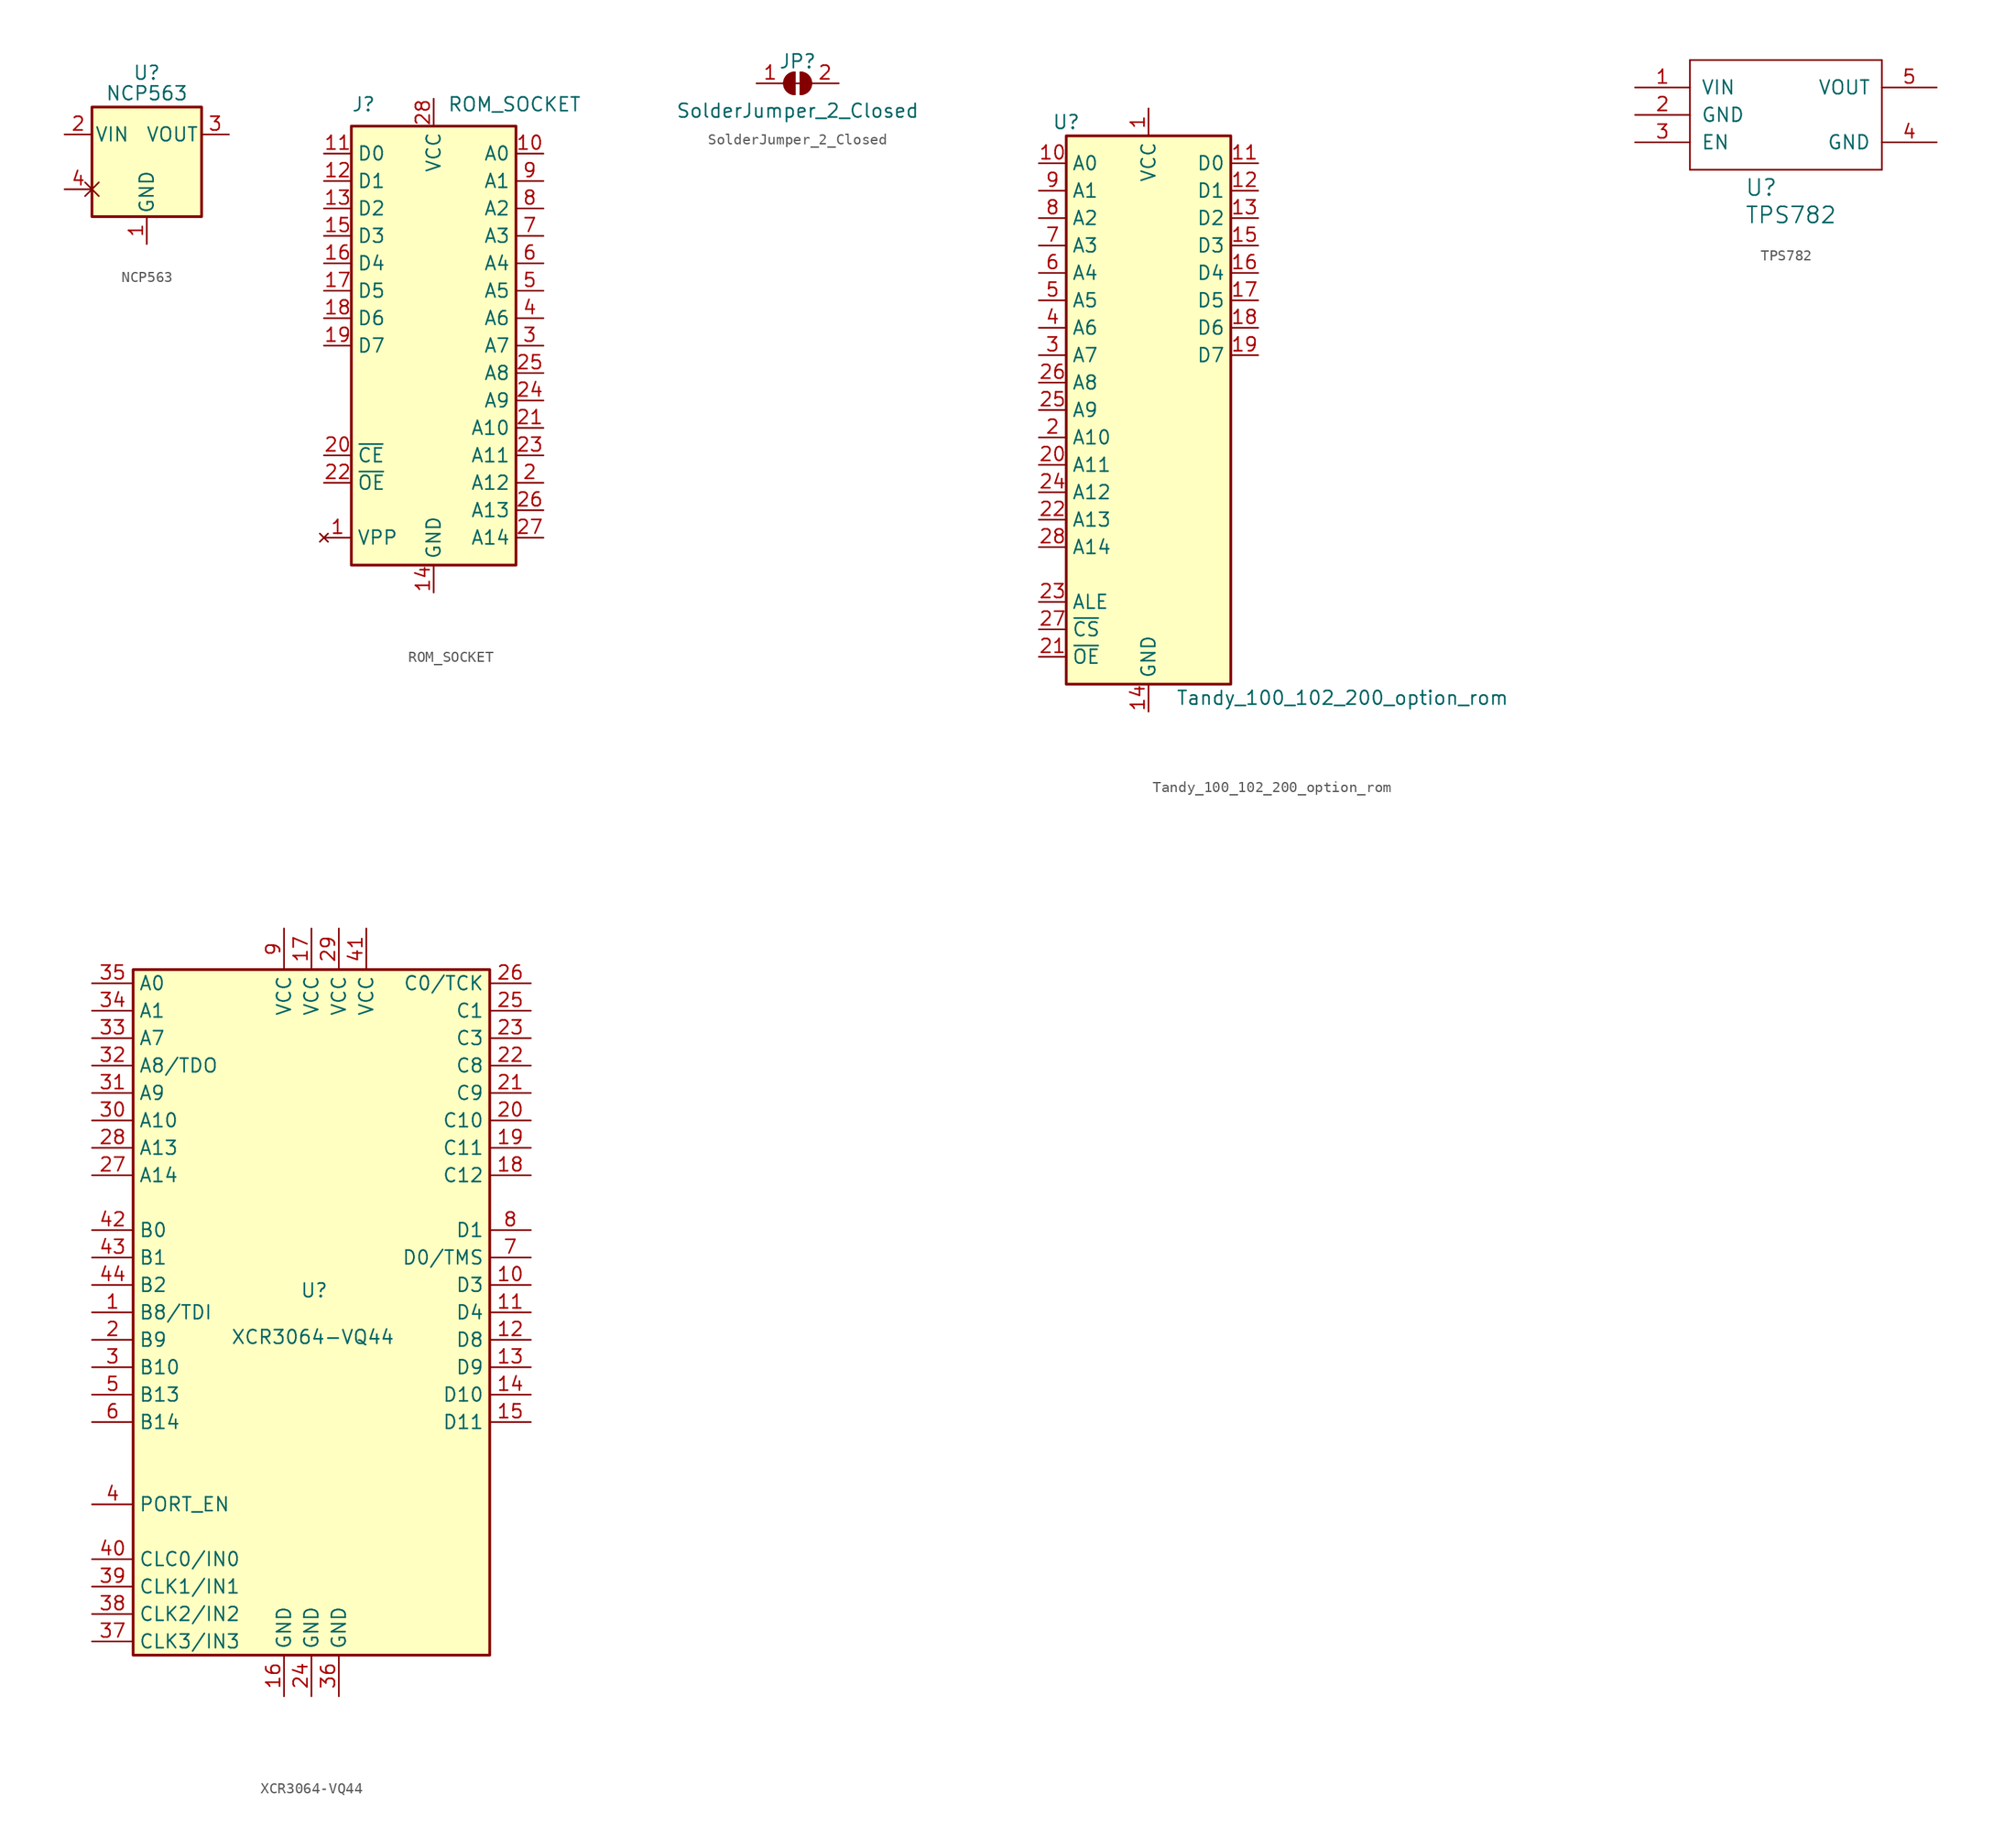
<source format=kicad_sym>
(kicad_symbol_lib
  (version 20220914)
  (generator kicad_symbol_editor)
  (symbol "NCP563"
    (pin_names
      (offset 0.254))
    (property "Reference" "U"
      (at 0 8.255 0)
      (effects (font (size 1.27 1.27))))
    (property "Value" "NCP563"
      (at 0 6.35 0)
      (effects (font (size 1.27 1.27))))
    (symbol "NCP563_0_1"
      (rectangle (start -5.08 5.08) (end 5.08 -5.08) (stroke (width 0.254) (type default)) (fill (type background))))
    (symbol "NCP563_1_1"
      (pin power_in line (at 0 -7.62 90) (length 2.54) (name "GND" (effects (font (size 1.27 1.27)))) (number "1" (effects (font (size 1.27 1.27)))))
      (pin power_in line (at -7.62 2.54 0) (length 2.54) (name "VIN" (effects (font (size 1.27 1.27)))) (number "2" (effects (font (size 1.27 1.27)))))
      (pin power_out line (at 7.62 2.54 180) (length 2.54) (name "VOUT" (effects (font (size 1.27 1.27)))) (number "3" (effects (font (size 1.27 1.27)))))
      (pin passive non_logic (at -7.62 -2.54 0) (length 2.54) (name "" (effects (font (size 1.27 1.27)))) (number "4" (effects (font (size 1.27 1.27)))))))
  (symbol "ROM_SOCKET"
    (property "Reference" "J"
      (at -7.62 21.59 0)
      (effects (font (size 1.27 1.27)) (justify left bottom)))
    (property "Value" "ROM_SOCKET"
      (at 1.27 21.59 0)
      (effects (font (size 1.27 1.27)) (justify left bottom)))
    (symbol "ROM_SOCKET_1_1"
      (rectangle (start -7.62 -20.32) (end 7.62 20.32) (stroke (width 0.254) (type default)) (fill (type background)))
      (pin no_connect line (at -10.16 -17.78 0) (length 2.54) (name "VPP" (effects (font (size 1.27 1.27)))) (number "1" (effects (font (size 1.27 1.27)))))
      (pin output line (at 10.16 17.78 180) (length 2.54) (name "A0" (effects (font (size 1.27 1.27)))) (number "10" (effects (font (size 1.27 1.27)))))
      (pin bidirectional line (at -10.16 17.78 0) (length 2.54) (name "D0" (effects (font (size 1.27 1.27)))) (number "11" (effects (font (size 1.27 1.27)))))
      (pin bidirectional line (at -10.16 15.24 0) (length 2.54) (name "D1" (effects (font (size 1.27 1.27)))) (number "12" (effects (font (size 1.27 1.27)))))
      (pin bidirectional line (at -10.16 12.7 0) (length 2.54) (name "D2" (effects (font (size 1.27 1.27)))) (number "13" (effects (font (size 1.27 1.27)))))
      (pin power_out line (at 0 -22.86 90) (length 2.54) (name "GND" (effects (font (size 1.27 1.27)))) (number "14" (effects (font (size 1.27 1.27)))))
      (pin bidirectional line (at -10.16 10.16 0) (length 2.54) (name "D3" (effects (font (size 1.27 1.27)))) (number "15" (effects (font (size 1.27 1.27)))))
      (pin bidirectional line (at -10.16 7.62 0) (length 2.54) (name "D4" (effects (font (size 1.27 1.27)))) (number "16" (effects (font (size 1.27 1.27)))))
      (pin bidirectional line (at -10.16 5.08 0) (length 2.54) (name "D5" (effects (font (size 1.27 1.27)))) (number "17" (effects (font (size 1.27 1.27)))))
      (pin bidirectional line (at -10.16 2.54 0) (length 2.54) (name "D6" (effects (font (size 1.27 1.27)))) (number "18" (effects (font (size 1.27 1.27)))))
      (pin bidirectional line (at -10.16 0 0) (length 2.54) (name "D7" (effects (font (size 1.27 1.27)))) (number "19" (effects (font (size 1.27 1.27)))))
      (pin output line (at 10.16 -12.7 180) (length 2.54) (name "A12" (effects (font (size 1.27 1.27)))) (number "2" (effects (font (size 1.27 1.27)))))
      (pin output line (at -10.16 -10.16 0) (length 2.54) (name "~{CE}" (effects (font (size 1.27 1.27)))) (number "20" (effects (font (size 1.27 1.27)))))
      (pin output line (at 10.16 -7.62 180) (length 2.54) (name "A10" (effects (font (size 1.27 1.27)))) (number "21" (effects (font (size 1.27 1.27)))))
      (pin output line (at -10.16 -12.7 0) (length 2.54) (name "~{OE}" (effects (font (size 1.27 1.27)))) (number "22" (effects (font (size 1.27 1.27)))))
      (pin output line (at 10.16 -10.16 180) (length 2.54) (name "A11" (effects (font (size 1.27 1.27)))) (number "23" (effects (font (size 1.27 1.27)))))
      (pin output line (at 10.16 -5.08 180) (length 2.54) (name "A9" (effects (font (size 1.27 1.27)))) (number "24" (effects (font (size 1.27 1.27)))))
      (pin output line (at 10.16 -2.54 180) (length 2.54) (name "A8" (effects (font (size 1.27 1.27)))) (number "25" (effects (font (size 1.27 1.27)))))
      (pin output line (at 10.16 -15.24 180) (length 2.54) (name "A13" (effects (font (size 1.27 1.27)))) (number "26" (effects (font (size 1.27 1.27)))))
      (pin output line (at 10.16 -17.78 180) (length 2.54) (name "A14" (effects (font (size 1.27 1.27)))) (number "27" (effects (font (size 1.27 1.27)))))
      (pin power_out line (at 0 22.86 270) (length 2.54) (name "VCC" (effects (font (size 1.27 1.27)))) (number "28" (effects (font (size 1.27 1.27)))))
      (pin output line (at 10.16 0 180) (length 2.54) (name "A7" (effects (font (size 1.27 1.27)))) (number "3" (effects (font (size 1.27 1.27)))))
      (pin output line (at 10.16 2.54 180) (length 2.54) (name "A6" (effects (font (size 1.27 1.27)))) (number "4" (effects (font (size 1.27 1.27)))))
      (pin output line (at 10.16 5.08 180) (length 2.54) (name "A5" (effects (font (size 1.27 1.27)))) (number "5" (effects (font (size 1.27 1.27)))))
      (pin output line (at 10.16 7.62 180) (length 2.54) (name "A4" (effects (font (size 1.27 1.27)))) (number "6" (effects (font (size 1.27 1.27)))))
      (pin output line (at 10.16 10.16 180) (length 2.54) (name "A3" (effects (font (size 1.27 1.27)))) (number "7" (effects (font (size 1.27 1.27)))))
      (pin output line (at 10.16 12.7 180) (length 2.54) (name "A2" (effects (font (size 1.27 1.27)))) (number "8" (effects (font (size 1.27 1.27)))))
      (pin output line (at 10.16 15.24 180) (length 2.54) (name "A1" (effects (font (size 1.27 1.27)))) (number "9" (effects (font (size 1.27 1.27)))))))
  (symbol "SolderJumper_2_Closed"
    (pin_names
      (offset 0) hide)
    (property "Reference" "JP"
      (at 0 2.032 0)
      (effects (font (size 1.27 1.27))))
    (property "Value" "SolderJumper_2_Closed"
      (at 0 -2.54 0)
      (effects (font (size 1.27 1.27))))
    (symbol "SolderJumper_2_Closed_0_1"
      (arc (start -0.254 1.016) (mid -1.2656 0) (end -0.254 -1.016) (stroke (width 0) (type default)) (fill (type none)))
      (arc (start -0.254 1.016) (mid -1.2656 0) (end -0.254 -1.016) (stroke (width 0) (type default)) (fill (type outline)))
      (polyline (pts (xy -0.254 0) (xy 0.254 0)) (stroke (width 0) (type default)) (fill (type none)))
      (polyline (pts (xy -0.254 1.016) (xy -0.254 -1.016)) (stroke (width 0) (type default)) (fill (type none)))
      (polyline (pts (xy 0.254 1.016) (xy 0.254 -1.016)) (stroke (width 0) (type default)) (fill (type none)))
      (arc (start 0.254 -1.016) (mid 1.2656 0) (end 0.254 1.016) (stroke (width 0) (type default)) (fill (type none)))
      (arc (start 0.254 -1.016) (mid 1.2656 0) (end 0.254 1.016) (stroke (width 0) (type default)) (fill (type outline))))
    (symbol "SolderJumper_2_Closed_1_1"
      (pin passive line (at -3.81 0 0) (length 2.54) (name "A" (effects (font (size 1.27 1.27)))) (number "1" (effects (font (size 1.27 1.27)))))
      (pin passive line (at 3.81 0 180) (length 2.54) (name "B" (effects (font (size 1.27 1.27)))) (number "2" (effects (font (size 1.27 1.27)))))))
  (symbol "Tandy_100_102_200_option_rom"
    (property "Reference" "U"
      (at -7.62 26.67 0)
      (effects (font (size 1.27 1.27))))
    (property "Value" "Tandy_100_102_200_option_rom"
      (at 2.54 -26.67 0)
      (effects (font (size 1.27 1.27)) (justify left)))
    (symbol "Tandy_100_102_200_option_rom_1_1"
      (rectangle (start -7.62 25.4) (end 7.62 -25.4) (stroke (width 0.254) (type default)) (fill (type background)))
      (pin power_in line (at 0 27.94 270) (length 2.54) (name "VCC" (effects (font (size 1.27 1.27)))) (number "1" (effects (font (size 1.27 1.27)))))
      (pin input line (at -10.16 22.86 0) (length 2.54) (name "A0" (effects (font (size 1.27 1.27)))) (number "10" (effects (font (size 1.27 1.27)))))
      (pin tri_state line (at 10.16 22.86 180) (length 2.54) (name "D0" (effects (font (size 1.27 1.27)))) (number "11" (effects (font (size 1.27 1.27)))))
      (pin tri_state line (at 10.16 20.32 180) (length 2.54) (name "D1" (effects (font (size 1.27 1.27)))) (number "12" (effects (font (size 1.27 1.27)))))
      (pin tri_state line (at 10.16 17.78 180) (length 2.54) (name "D2" (effects (font (size 1.27 1.27)))) (number "13" (effects (font (size 1.27 1.27)))))
      (pin power_in line (at 0 -27.94 90) (length 2.54) (name "GND" (effects (font (size 1.27 1.27)))) (number "14" (effects (font (size 1.27 1.27)))))
      (pin tri_state line (at 10.16 15.24 180) (length 2.54) (name "D3" (effects (font (size 1.27 1.27)))) (number "15" (effects (font (size 1.27 1.27)))))
      (pin tri_state line (at 10.16 12.7 180) (length 2.54) (name "D4" (effects (font (size 1.27 1.27)))) (number "16" (effects (font (size 1.27 1.27)))))
      (pin tri_state line (at 10.16 10.16 180) (length 2.54) (name "D5" (effects (font (size 1.27 1.27)))) (number "17" (effects (font (size 1.27 1.27)))))
      (pin tri_state line (at 10.16 7.62 180) (length 2.54) (name "D6" (effects (font (size 1.27 1.27)))) (number "18" (effects (font (size 1.27 1.27)))))
      (pin tri_state line (at 10.16 5.08 180) (length 2.54) (name "D7" (effects (font (size 1.27 1.27)))) (number "19" (effects (font (size 1.27 1.27)))))
      (pin input line (at -10.16 -2.54 0) (length 2.54) (name "A10" (effects (font (size 1.27 1.27)))) (number "2" (effects (font (size 1.27 1.27)))))
      (pin input line (at -10.16 -5.08 0) (length 2.54) (name "A11" (effects (font (size 1.27 1.27)))) (number "20" (effects (font (size 1.27 1.27)))))
      (pin input line (at -10.16 -22.86 0) (length 2.54) (name "~{OE}" (effects (font (size 1.27 1.27)))) (number "21" (effects (font (size 1.27 1.27)))))
      (pin input line (at -10.16 -10.16 0) (length 2.54) (name "A13" (effects (font (size 1.27 1.27)))) (number "22" (effects (font (size 1.27 1.27)))))
      (pin input line (at -10.16 -17.78 0) (length 2.54) (name "ALE" (effects (font (size 1.27 1.27)))) (number "23" (effects (font (size 1.27 1.27)))))
      (pin input line (at -10.16 -7.62 0) (length 2.54) (name "A12" (effects (font (size 1.27 1.27)))) (number "24" (effects (font (size 1.27 1.27)))))
      (pin input line (at -10.16 0 0) (length 2.54) (name "A9" (effects (font (size 1.27 1.27)))) (number "25" (effects (font (size 1.27 1.27)))))
      (pin input line (at -10.16 2.54 0) (length 2.54) (name "A8" (effects (font (size 1.27 1.27)))) (number "26" (effects (font (size 1.27 1.27)))))
      (pin input line (at -10.16 -20.32 0) (length 2.54) (name "~{CS}" (effects (font (size 1.27 1.27)))) (number "27" (effects (font (size 1.27 1.27)))))
      (pin input line (at -10.16 -12.7 0) (length 2.54) (name "A14" (effects (font (size 1.27 1.27)))) (number "28" (effects (font (size 1.27 1.27)))))
      (pin input line (at -10.16 5.08 0) (length 2.54) (name "A7" (effects (font (size 1.27 1.27)))) (number "3" (effects (font (size 1.27 1.27)))))
      (pin input line (at -10.16 7.62 0) (length 2.54) (name "A6" (effects (font (size 1.27 1.27)))) (number "4" (effects (font (size 1.27 1.27)))))
      (pin input line (at -10.16 10.16 0) (length 2.54) (name "A5" (effects (font (size 1.27 1.27)))) (number "5" (effects (font (size 1.27 1.27)))))
      (pin input line (at -10.16 12.7 0) (length 2.54) (name "A4" (effects (font (size 1.27 1.27)))) (number "6" (effects (font (size 1.27 1.27)))))
      (pin input line (at -10.16 15.24 0) (length 2.54) (name "A3" (effects (font (size 1.27 1.27)))) (number "7" (effects (font (size 1.27 1.27)))))
      (pin input line (at -10.16 17.78 0) (length 2.54) (name "A2" (effects (font (size 1.27 1.27)))) (number "8" (effects (font (size 1.27 1.27)))))
      (pin input line (at -10.16 20.32 0) (length 2.54) (name "A1" (effects (font (size 1.27 1.27)))) (number "9" (effects (font (size 1.27 1.27)))))))
  (symbol "TPS782"
    (pin_names
      (offset 1.016))
    (property "Reference" "U"
      (at -2.54 -7.62 0)
      (effects (font (size 1.499 1.499)) (justify left bottom)))
    (property "Value" "TPS782"
      (at -2.54 -10.16 0)
      (effects (font (size 1.499 1.499)) (justify left bottom)))
    (symbol "TPS782_1_0"
      (polyline (pts (xy -7.62 -5.08) (xy 10.16 -5.08)) (stroke (width 0) (type default)) (fill (type none)))
      (polyline (pts (xy -7.62 5.08) (xy -7.62 -5.08)) (stroke (width 0) (type default)) (fill (type none)))
      (polyline (pts (xy 10.16 -5.08) (xy 10.16 5.08)) (stroke (width 0) (type default)) (fill (type none)))
      (polyline (pts (xy 10.16 5.08) (xy -7.62 5.08)) (stroke (width 0) (type default)) (fill (type none)))
      (pin power_in line (at -12.7 2.54 0) (length 5.08) (name "VIN" (effects (font (size 1.27 1.27)))) (number "1" (effects (font (size 1.27 1.27)))))
      (pin power_in line (at -12.7 0 0) (length 5.08) (name "GND" (effects (font (size 1.27 1.27)))) (number "2" (effects (font (size 1.27 1.27)))))
      (pin input line (at -12.7 -2.54 0) (length 5.08) (name "EN" (effects (font (size 1.27 1.27)))) (number "3" (effects (font (size 1.27 1.27)))))
      (pin power_in line (at 15.24 -2.54 180) (length 5.08) (name "GND" (effects (font (size 1.27 1.27)))) (number "4" (effects (font (size 1.27 1.27)))))
      (pin power_out line (at 15.24 2.54 180) (length 5.08) (name "VOUT" (effects (font (size 1.27 1.27)))) (number "5" (effects (font (size 1.27 1.27)))))))
  (symbol "XCR3064-VQ44"
    (property "Reference" "U"
      (at 0.254 2.032 0)
      (effects (font (size 1.27 1.27))))
    (property "Value" "XCR3064-VQ44"
      (at 0.127 -2.286 0)
      (effects (font (size 1.27 1.27))))
    (symbol "XCR3064-VQ44_1_1"
      (rectangle (start -16.51 31.75) (end 16.51 -31.75) (stroke (width 0.254) (type default)) (fill (type background)))
      (pin passive line (at -20.32 0 0) (length 3.81) (name "B8/TDI" (effects (font (size 1.27 1.27)))) (number "1" (effects (font (size 1.27 1.27)))))
      (pin passive line (at 20.32 2.54 180) (length 3.81) (name "D3" (effects (font (size 1.27 1.27)))) (number "10" (effects (font (size 1.27 1.27)))))
      (pin passive line (at 20.32 0 180) (length 3.81) (name "D4" (effects (font (size 1.27 1.27)))) (number "11" (effects (font (size 1.27 1.27)))))
      (pin passive line (at 20.32 -2.54 180) (length 3.81) (name "D8" (effects (font (size 1.27 1.27)))) (number "12" (effects (font (size 1.27 1.27)))))
      (pin passive line (at 20.32 -5.08 180) (length 3.81) (name "D9" (effects (font (size 1.27 1.27)))) (number "13" (effects (font (size 1.27 1.27)))))
      (pin passive line (at 20.32 -7.62 180) (length 3.81) (name "D10" (effects (font (size 1.27 1.27)))) (number "14" (effects (font (size 1.27 1.27)))))
      (pin passive line (at 20.32 -10.16 180) (length 3.81) (name "D11" (effects (font (size 1.27 1.27)))) (number "15" (effects (font (size 1.27 1.27)))))
      (pin power_in line (at -2.54 -35.56 90) (length 3.81) (name "GND" (effects (font (size 1.27 1.27)))) (number "16" (effects (font (size 1.27 1.27)))))
      (pin power_in line (at 0 35.56 270) (length 3.81) (name "VCC" (effects (font (size 1.27 1.27)))) (number "17" (effects (font (size 1.27 1.27)))))
      (pin passive line (at 20.32 12.7 180) (length 3.81) (name "C12" (effects (font (size 1.27 1.27)))) (number "18" (effects (font (size 1.27 1.27)))))
      (pin passive line (at 20.32 15.24 180) (length 3.81) (name "C11" (effects (font (size 1.27 1.27)))) (number "19" (effects (font (size 1.27 1.27)))))
      (pin passive line (at -20.32 -2.54 0) (length 3.81) (name "B9" (effects (font (size 1.27 1.27)))) (number "2" (effects (font (size 1.27 1.27)))))
      (pin passive line (at 20.32 17.78 180) (length 3.81) (name "C10" (effects (font (size 1.27 1.27)))) (number "20" (effects (font (size 1.27 1.27)))))
      (pin passive line (at 20.32 20.32 180) (length 3.81) (name "C9" (effects (font (size 1.27 1.27)))) (number "21" (effects (font (size 1.27 1.27)))))
      (pin passive line (at 20.32 22.86 180) (length 3.81) (name "C8" (effects (font (size 1.27 1.27)))) (number "22" (effects (font (size 1.27 1.27)))))
      (pin passive line (at 20.32 25.4 180) (length 3.81) (name "C3" (effects (font (size 1.27 1.27)))) (number "23" (effects (font (size 1.27 1.27)))))
      (pin power_in line (at 0 -35.56 90) (length 3.81) (name "GND" (effects (font (size 1.27 1.27)))) (number "24" (effects (font (size 1.27 1.27)))))
      (pin passive line (at 20.32 27.94 180) (length 3.81) (name "C1" (effects (font (size 1.27 1.27)))) (number "25" (effects (font (size 1.27 1.27)))))
      (pin passive line (at 20.32 30.48 180) (length 3.81) (name "C0/TCK" (effects (font (size 1.27 1.27)))) (number "26" (effects (font (size 1.27 1.27)))))
      (pin passive line (at -20.32 12.7 0) (length 3.81) (name "A14" (effects (font (size 1.27 1.27)))) (number "27" (effects (font (size 1.27 1.27)))))
      (pin passive line (at -20.32 15.24 0) (length 3.81) (name "A13" (effects (font (size 1.27 1.27)))) (number "28" (effects (font (size 1.27 1.27)))))
      (pin power_in line (at 2.54 35.56 270) (length 3.81) (name "VCC" (effects (font (size 1.27 1.27)))) (number "29" (effects (font (size 1.27 1.27)))))
      (pin passive line (at -20.32 -5.08 0) (length 3.81) (name "B10" (effects (font (size 1.27 1.27)))) (number "3" (effects (font (size 1.27 1.27)))))
      (pin passive line (at -20.32 17.78 0) (length 3.81) (name "A10" (effects (font (size 1.27 1.27)))) (number "30" (effects (font (size 1.27 1.27)))))
      (pin passive line (at -20.32 20.32 0) (length 3.81) (name "A9" (effects (font (size 1.27 1.27)))) (number "31" (effects (font (size 1.27 1.27)))))
      (pin passive line (at -20.32 22.86 0) (length 3.81) (name "A8/TDO" (effects (font (size 1.27 1.27)))) (number "32" (effects (font (size 1.27 1.27)))))
      (pin passive line (at -20.32 25.4 0) (length 3.81) (name "A7" (effects (font (size 1.27 1.27)))) (number "33" (effects (font (size 1.27 1.27)))))
      (pin passive line (at -20.32 27.94 0) (length 3.81) (name "A1" (effects (font (size 1.27 1.27)))) (number "34" (effects (font (size 1.27 1.27)))))
      (pin passive line (at -20.32 30.48 0) (length 3.81) (name "A0" (effects (font (size 1.27 1.27)))) (number "35" (effects (font (size 1.27 1.27)))))
      (pin power_in line (at 2.54 -35.56 90) (length 3.81) (name "GND" (effects (font (size 1.27 1.27)))) (number "36" (effects (font (size 1.27 1.27)))))
      (pin input line (at -20.32 -30.48 0) (length 3.81) (name "CLK3/IN3" (effects (font (size 1.27 1.27)))) (number "37" (effects (font (size 1.27 1.27)))))
      (pin input line (at -20.32 -27.94 0) (length 3.81) (name "CLK2/IN2" (effects (font (size 1.27 1.27)))) (number "38" (effects (font (size 1.27 1.27)))))
      (pin input line (at -20.32 -25.4 0) (length 3.81) (name "CLK1/IN1" (effects (font (size 1.27 1.27)))) (number "39" (effects (font (size 1.27 1.27)))))
      (pin input line (at -20.32 -17.78 0) (length 3.81) (name "PORT_EN" (effects (font (size 1.27 1.27)))) (number "4" (effects (font (size 1.27 1.27)))))
      (pin input line (at -20.32 -22.86 0) (length 3.81) (name "CLC0/IN0" (effects (font (size 1.27 1.27)))) (number "40" (effects (font (size 1.27 1.27)))))
      (pin power_in line (at 5.08 35.56 270) (length 3.81) (name "VCC" (effects (font (size 1.27 1.27)))) (number "41" (effects (font (size 1.27 1.27)))))
      (pin passive line (at -20.32 7.62 0) (length 3.81) (name "B0" (effects (font (size 1.27 1.27)))) (number "42" (effects (font (size 1.27 1.27)))))
      (pin passive line (at -20.32 5.08 0) (length 3.81) (name "B1" (effects (font (size 1.27 1.27)))) (number "43" (effects (font (size 1.27 1.27)))))
      (pin passive line (at -20.32 2.54 0) (length 3.81) (name "B2" (effects (font (size 1.27 1.27)))) (number "44" (effects (font (size 1.27 1.27)))))
      (pin passive line (at -20.32 -7.62 0) (length 3.81) (name "B13" (effects (font (size 1.27 1.27)))) (number "5" (effects (font (size 1.27 1.27)))))
      (pin passive line (at -20.32 -10.16 0) (length 3.81) (name "B14" (effects (font (size 1.27 1.27)))) (number "6" (effects (font (size 1.27 1.27)))))
      (pin passive line (at 20.32 5.08 180) (length 3.81) (name "D0/TMS" (effects (font (size 1.27 1.27)))) (number "7" (effects (font (size 1.27 1.27)))))
      (pin passive line (at 20.32 7.62 180) (length 3.81) (name "D1" (effects (font (size 1.27 1.27)))) (number "8" (effects (font (size 1.27 1.27)))))
      (pin power_in line (at -2.54 35.56 270) (length 3.81) (name "VCC" (effects (font (size 1.27 1.27)))) (number "9" (effects (font (size 1.27 1.27))))))))
</source>
